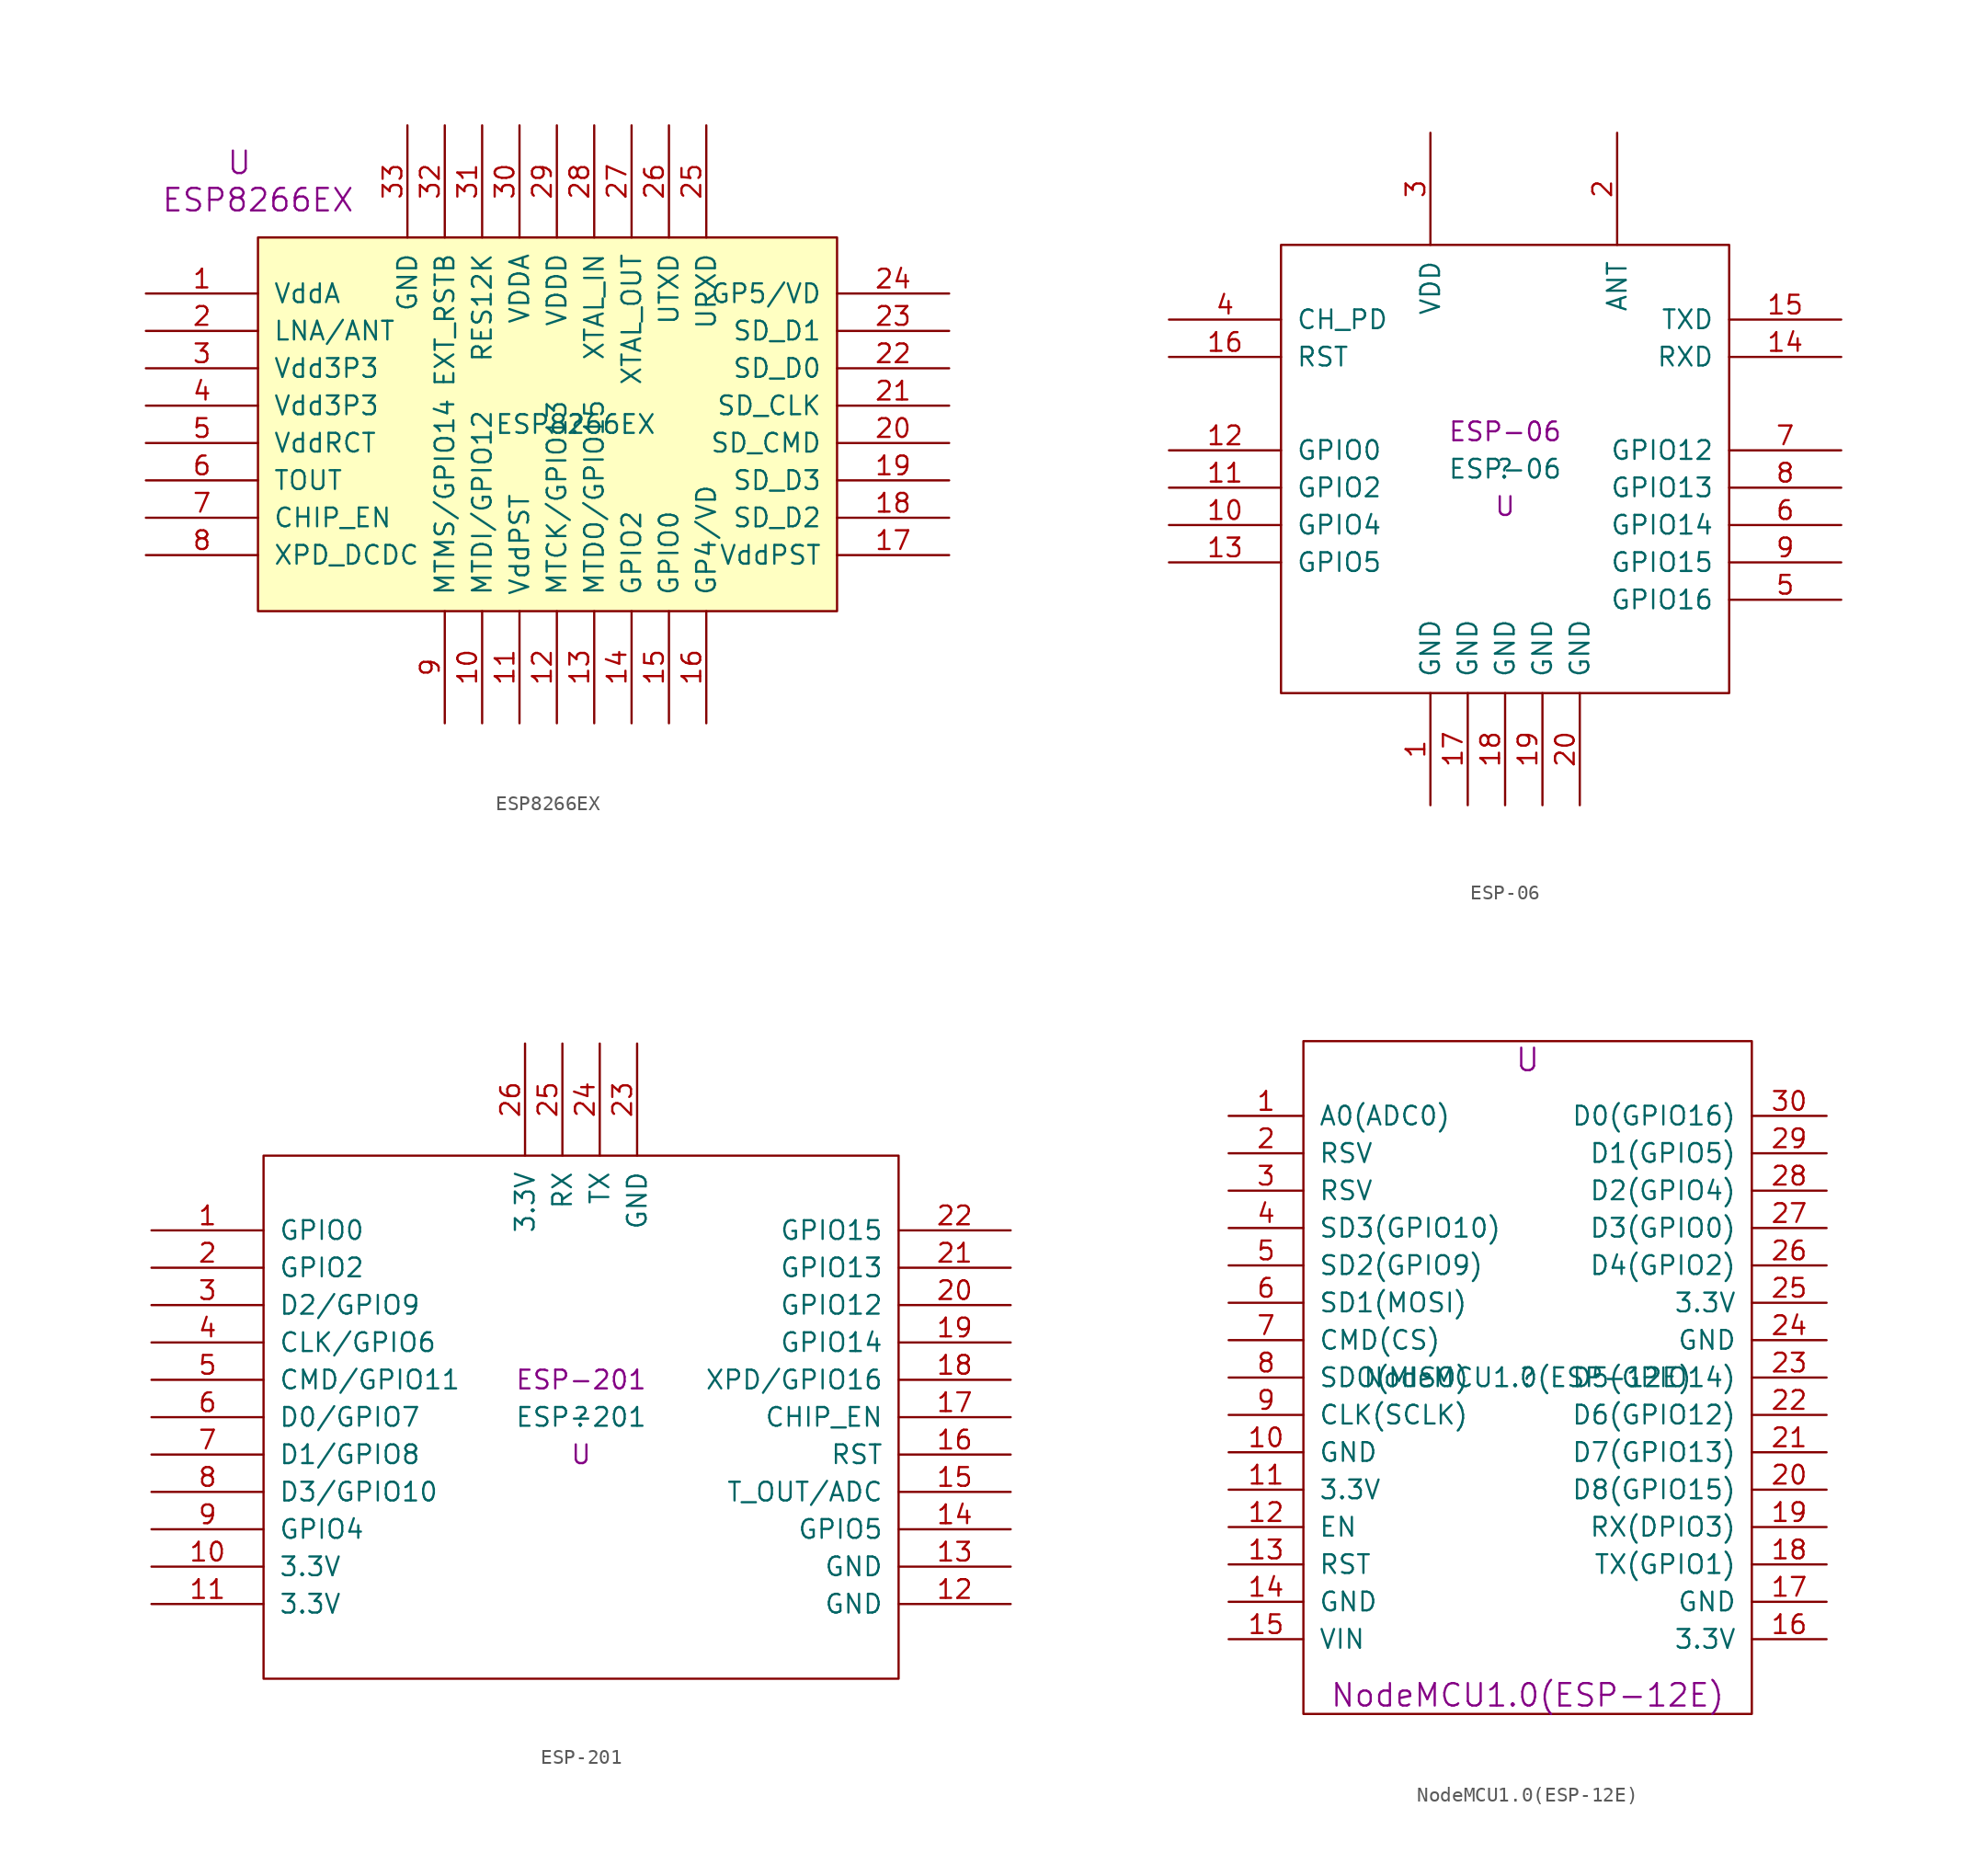
<source format=kicad_sym>
(kicad_symbol_lib
  (version 20211014)
  (generator kicad_symbol_editor)
  (symbol "ESP8266EX"
    (pin_names
      (offset 1.016))
    (property "Reference" ""
      (at 0 0 0)
      (effects (font (size 1.27 1.27))))
    (property "Value" "ESP8266EX"
      (at 0 0 0)
      (effects (font (size 1.27 1.27))))
    (property "Reference_1" "U"
      (at -22.86 17.78 0)
      (effects (font (size 1.524 1.524))))
    (property "Value_1" "ESP8266EX"
      (at -21.59 15.24 0)
      (effects (font (size 1.524 1.524))))
    (property "Footprint_1" ""
      (at -22.86 17.78 0)
      (effects (font (size 1.524 1.524))))
    (property "Datasheet_1" ""
      (at -22.86 17.78 0)
      (effects (font (size 1.524 1.524))))
    (symbol "ESP8266EX_0_1"
      (rectangle (start -21.59 12.7) (end 17.78 -12.7) (stroke (width 0) (type default) (color 0 0 0 0)) (fill (type background))))
    (symbol "ESP8266EX_1_1"
      (pin input line (at -29.21 8.89 0) (length 7.62) (name "VddA" (effects (font (size 1.27 1.27)))) (number "1" (effects (font (size 1.27 1.27)))))
      (pin input line (at -6.35 -20.32 90) (length 7.62) (name "MTDI/GPIO12" (effects (font (size 1.27 1.27)))) (number "10" (effects (font (size 1.27 1.27)))))
      (pin input line (at -3.81 -20.32 90) (length 7.62) (name "VddPST" (effects (font (size 1.27 1.27)))) (number "11" (effects (font (size 1.27 1.27)))))
      (pin input line (at -1.27 -20.32 90) (length 7.62) (name "MTCK/GPIO13" (effects (font (size 1.27 1.27)))) (number "12" (effects (font (size 1.27 1.27)))))
      (pin input line (at 1.27 -20.32 90) (length 7.62) (name "MTDO/GPIO15" (effects (font (size 1.27 1.27)))) (number "13" (effects (font (size 1.27 1.27)))))
      (pin input line (at 3.81 -20.32 90) (length 7.62) (name "GPIO2" (effects (font (size 1.27 1.27)))) (number "14" (effects (font (size 1.27 1.27)))))
      (pin input line (at 6.35 -20.32 90) (length 7.62) (name "GPIO0" (effects (font (size 1.27 1.27)))) (number "15" (effects (font (size 1.27 1.27)))))
      (pin input line (at 8.89 -20.32 90) (length 7.62) (name "GP4/VD" (effects (font (size 1.27 1.27)))) (number "16" (effects (font (size 1.27 1.27)))))
      (pin input line (at 25.4 -8.89 180) (length 7.62) (name "VddPST" (effects (font (size 1.27 1.27)))) (number "17" (effects (font (size 1.27 1.27)))))
      (pin input line (at 25.4 -6.35 180) (length 7.62) (name "SD_D2" (effects (font (size 1.27 1.27)))) (number "18" (effects (font (size 1.27 1.27)))))
      (pin input line (at 25.4 -3.81 180) (length 7.62) (name "SD_D3" (effects (font (size 1.27 1.27)))) (number "19" (effects (font (size 1.27 1.27)))))
      (pin input line (at -29.21 6.35 0) (length 7.62) (name "LNA/ANT" (effects (font (size 1.27 1.27)))) (number "2" (effects (font (size 1.27 1.27)))))
      (pin input line (at 25.4 -1.27 180) (length 7.62) (name "SD_CMD" (effects (font (size 1.27 1.27)))) (number "20" (effects (font (size 1.27 1.27)))))
      (pin input line (at 25.4 1.27 180) (length 7.62) (name "SD_CLK" (effects (font (size 1.27 1.27)))) (number "21" (effects (font (size 1.27 1.27)))))
      (pin input line (at 25.4 3.81 180) (length 7.62) (name "SD_D0" (effects (font (size 1.27 1.27)))) (number "22" (effects (font (size 1.27 1.27)))))
      (pin input line (at 25.4 6.35 180) (length 7.62) (name "SD_D1" (effects (font (size 1.27 1.27)))) (number "23" (effects (font (size 1.27 1.27)))))
      (pin input line (at 25.4 8.89 180) (length 7.62) (name "GP5/VD" (effects (font (size 1.27 1.27)))) (number "24" (effects (font (size 1.27 1.27)))))
      (pin input line (at 8.89 20.32 270) (length 7.62) (name "URXD" (effects (font (size 1.27 1.27)))) (number "25" (effects (font (size 1.27 1.27)))))
      (pin input line (at 6.35 20.32 270) (length 7.62) (name "UTXD" (effects (font (size 1.27 1.27)))) (number "26" (effects (font (size 1.27 1.27)))))
      (pin input line (at 3.81 20.32 270) (length 7.62) (name "XTAL_OUT" (effects (font (size 1.27 1.27)))) (number "27" (effects (font (size 1.27 1.27)))))
      (pin input line (at 1.27 20.32 270) (length 7.62) (name "XTAL_IN" (effects (font (size 1.27 1.27)))) (number "28" (effects (font (size 1.27 1.27)))))
      (pin input line (at -1.27 20.32 270) (length 7.62) (name "VDDD" (effects (font (size 1.27 1.27)))) (number "29" (effects (font (size 1.27 1.27)))))
      (pin input line (at -29.21 3.81 0) (length 7.62) (name "Vdd3P3" (effects (font (size 1.27 1.27)))) (number "3" (effects (font (size 1.27 1.27)))))
      (pin input line (at -3.81 20.32 270) (length 7.62) (name "VDDA" (effects (font (size 1.27 1.27)))) (number "30" (effects (font (size 1.27 1.27)))))
      (pin input line (at -6.35 20.32 270) (length 7.62) (name "RES12K" (effects (font (size 1.27 1.27)))) (number "31" (effects (font (size 1.27 1.27)))))
      (pin input line (at -8.89 20.32 270) (length 7.62) (name "EXT_RSTB" (effects (font (size 1.27 1.27)))) (number "32" (effects (font (size 1.27 1.27)))))
      (pin input line (at -11.43 20.32 270) (length 7.62) (name "GND" (effects (font (size 1.27 1.27)))) (number "33" (effects (font (size 1.27 1.27)))))
      (pin input line (at -29.21 1.27 0) (length 7.62) (name "Vdd3P3" (effects (font (size 1.27 1.27)))) (number "4" (effects (font (size 1.27 1.27)))))
      (pin input line (at -29.21 -1.27 0) (length 7.62) (name "VddRCT" (effects (font (size 1.27 1.27)))) (number "5" (effects (font (size 1.27 1.27)))))
      (pin input line (at -29.21 -3.81 0) (length 7.62) (name "TOUT" (effects (font (size 1.27 1.27)))) (number "6" (effects (font (size 1.27 1.27)))))
      (pin input line (at -29.21 -6.35 0) (length 7.62) (name "CHIP_EN" (effects (font (size 1.27 1.27)))) (number "7" (effects (font (size 1.27 1.27)))))
      (pin input line (at -29.21 -8.89 0) (length 7.62) (name "XPD_DCDC" (effects (font (size 1.27 1.27)))) (number "8" (effects (font (size 1.27 1.27)))))
      (pin input line (at -8.89 -20.32 90) (length 7.62) (name "MTMS/GPIO14" (effects (font (size 1.27 1.27)))) (number "9" (effects (font (size 1.27 1.27)))))))
  (symbol "ESP-06"
    (pin_names
      (offset 1.016))
    (property "Reference" ""
      (at 0 0 0)
      (effects (font (size 1.27 1.27))))
    (property "Value" "ESP-06"
      (at 0 0 0)
      (effects (font (size 1.27 1.27))))
    (property "Reference_1" "U"
      (at 0 -2.54 0)
      (effects (font (size 1.27 1.27))))
    (property "Value_1" "ESP-06"
      (at 0 2.54 0)
      (effects (font (size 1.27 1.27))))
    (symbol "ESP-06_1_0"
      (rectangle (start -15.24 -15.24) (end 15.24 15.24) (stroke (width 0) (type default) (color 0 0 0 0)) (fill (type none))))
    (symbol "ESP-06_1_1"
      (pin power_in line (at -5.08 -22.86 90) (length 7.62) (name "GND" (effects (font (size 1.27 1.27)))) (number "1" (effects (font (size 1.27 1.27)))))
      (pin bidirectional line (at -22.86 -3.81 0) (length 7.62) (name "GPIO4" (effects (font (size 1.27 1.27)))) (number "10" (effects (font (size 1.27 1.27)))))
      (pin bidirectional line (at -22.86 -1.27 0) (length 7.62) (name "GPIO2" (effects (font (size 1.27 1.27)))) (number "11" (effects (font (size 1.27 1.27)))))
      (pin bidirectional line (at -22.86 1.27 0) (length 7.62) (name "GPIO0" (effects (font (size 1.27 1.27)))) (number "12" (effects (font (size 1.27 1.27)))))
      (pin bidirectional line (at -22.86 -6.35 0) (length 7.62) (name "GPIO5" (effects (font (size 1.27 1.27)))) (number "13" (effects (font (size 1.27 1.27)))))
      (pin input line (at 22.86 7.62 180) (length 7.62) (name "RXD" (effects (font (size 1.27 1.27)))) (number "14" (effects (font (size 1.27 1.27)))))
      (pin output line (at 22.86 10.16 180) (length 7.62) (name "TXD" (effects (font (size 1.27 1.27)))) (number "15" (effects (font (size 1.27 1.27)))))
      (pin input line (at -22.86 7.62 0) (length 7.62) (name "RST" (effects (font (size 1.27 1.27)))) (number "16" (effects (font (size 1.27 1.27)))))
      (pin power_in line (at -2.54 -22.86 90) (length 7.62) (name "GND" (effects (font (size 1.27 1.27)))) (number "17" (effects (font (size 1.27 1.27)))))
      (pin power_in line (at 0 -22.86 90) (length 7.62) (name "GND" (effects (font (size 1.27 1.27)))) (number "18" (effects (font (size 1.27 1.27)))))
      (pin power_in line (at 2.54 -22.86 90) (length 7.62) (name "GND" (effects (font (size 1.27 1.27)))) (number "19" (effects (font (size 1.27 1.27)))))
      (pin unspecified line (at 7.62 22.86 270) (length 7.62) (name "ANT" (effects (font (size 1.27 1.27)))) (number "2" (effects (font (size 1.27 1.27)))))
      (pin power_in line (at 5.08 -22.86 90) (length 7.62) (name "GND" (effects (font (size 1.27 1.27)))) (number "20" (effects (font (size 1.27 1.27)))))
      (pin power_in line (at -5.08 22.86 270) (length 7.62) (name "VDD" (effects (font (size 1.27 1.27)))) (number "3" (effects (font (size 1.27 1.27)))))
      (pin input line (at -22.86 10.16 0) (length 7.62) (name "CH_PD" (effects (font (size 1.27 1.27)))) (number "4" (effects (font (size 1.27 1.27)))))
      (pin bidirectional line (at 22.86 -8.89 180) (length 7.62) (name "GPIO16" (effects (font (size 1.27 1.27)))) (number "5" (effects (font (size 1.27 1.27)))))
      (pin bidirectional line (at 22.86 -3.81 180) (length 7.62) (name "GPIO14" (effects (font (size 1.27 1.27)))) (number "6" (effects (font (size 1.27 1.27)))))
      (pin bidirectional line (at 22.86 1.27 180) (length 7.62) (name "GPIO12" (effects (font (size 1.27 1.27)))) (number "7" (effects (font (size 1.27 1.27)))))
      (pin bidirectional line (at 22.86 -1.27 180) (length 7.62) (name "GPIO13" (effects (font (size 1.27 1.27)))) (number "8" (effects (font (size 1.27 1.27)))))
      (pin bidirectional line (at 22.86 -6.35 180) (length 7.62) (name "GPIO15" (effects (font (size 1.27 1.27)))) (number "9" (effects (font (size 1.27 1.27)))))))
  (symbol "ESP-201"
    (pin_names
      (offset 1.016))
    (property "Reference" ""
      (at 0 0 0)
      (effects (font (size 1.27 1.27))))
    (property "Value" "ESP-201"
      (at 0 0 0)
      (effects (font (size 1.27 1.27))))
    (property "Reference_1" "U"
      (at 0 -2.54 0)
      (effects (font (size 1.27 1.27))))
    (property "Value_1" "ESP-201"
      (at 0 2.54 0)
      (effects (font (size 1.27 1.27))))
    (symbol "ESP-201_1_0"
      (rectangle (start -21.59 -17.78) (end 21.59 17.78) (stroke (width 0) (type default) (color 0 0 0 0)) (fill (type none))))
    (symbol "ESP-201_1_1"
      (pin bidirectional line (at -29.21 12.7 0) (length 7.62) (name "GPIO0" (effects (font (size 1.27 1.27)))) (number "1" (effects (font (size 1.27 1.27)))))
      (pin power_in line (at -29.21 -10.16 0) (length 7.62) (name "3.3V" (effects (font (size 1.27 1.27)))) (number "10" (effects (font (size 1.27 1.27)))))
      (pin power_in line (at -29.21 -12.7 0) (length 7.62) (name "3.3V" (effects (font (size 1.27 1.27)))) (number "11" (effects (font (size 1.27 1.27)))))
      (pin power_in line (at 29.21 -12.7 180) (length 7.62) (name "GND" (effects (font (size 1.27 1.27)))) (number "12" (effects (font (size 1.27 1.27)))))
      (pin power_in line (at 29.21 -10.16 180) (length 7.62) (name "GND" (effects (font (size 1.27 1.27)))) (number "13" (effects (font (size 1.27 1.27)))))
      (pin bidirectional line (at 29.21 -7.62 180) (length 7.62) (name "GPIO5" (effects (font (size 1.27 1.27)))) (number "14" (effects (font (size 1.27 1.27)))))
      (pin bidirectional line (at 29.21 -5.08 180) (length 7.62) (name "T_OUT/ADC" (effects (font (size 1.27 1.27)))) (number "15" (effects (font (size 1.27 1.27)))))
      (pin input line (at 29.21 -2.54 180) (length 7.62) (name "RST" (effects (font (size 1.27 1.27)))) (number "16" (effects (font (size 1.27 1.27)))))
      (pin input line (at 29.21 0 180) (length 7.62) (name "CHIP_EN" (effects (font (size 1.27 1.27)))) (number "17" (effects (font (size 1.27 1.27)))))
      (pin bidirectional line (at 29.21 2.54 180) (length 7.62) (name "XPD/GPIO16" (effects (font (size 1.27 1.27)))) (number "18" (effects (font (size 1.27 1.27)))))
      (pin bidirectional line (at 29.21 5.08 180) (length 7.62) (name "GPIO14" (effects (font (size 1.27 1.27)))) (number "19" (effects (font (size 1.27 1.27)))))
      (pin bidirectional line (at -29.21 10.16 0) (length 7.62) (name "GPIO2" (effects (font (size 1.27 1.27)))) (number "2" (effects (font (size 1.27 1.27)))))
      (pin bidirectional line (at 29.21 7.62 180) (length 7.62) (name "GPIO12" (effects (font (size 1.27 1.27)))) (number "20" (effects (font (size 1.27 1.27)))))
      (pin bidirectional line (at 29.21 10.16 180) (length 7.62) (name "GPIO13" (effects (font (size 1.27 1.27)))) (number "21" (effects (font (size 1.27 1.27)))))
      (pin bidirectional line (at 29.21 12.7 180) (length 7.62) (name "GPIO15" (effects (font (size 1.27 1.27)))) (number "22" (effects (font (size 1.27 1.27)))))
      (pin power_in line (at 3.81 25.4 270) (length 7.62) (name "GND" (effects (font (size 1.27 1.27)))) (number "23" (effects (font (size 1.27 1.27)))))
      (pin output line (at 1.27 25.4 270) (length 7.62) (name "TX" (effects (font (size 1.27 1.27)))) (number "24" (effects (font (size 1.27 1.27)))))
      (pin input line (at -1.27 25.4 270) (length 7.62) (name "RX" (effects (font (size 1.27 1.27)))) (number "25" (effects (font (size 1.27 1.27)))))
      (pin power_in line (at -3.81 25.4 270) (length 7.62) (name "3.3V" (effects (font (size 1.27 1.27)))) (number "26" (effects (font (size 1.27 1.27)))))
      (pin output line (at -29.21 7.62 0) (length 7.62) (name "D2/GPIO9" (effects (font (size 1.27 1.27)))) (number "3" (effects (font (size 1.27 1.27)))))
      (pin output line (at -29.21 5.08 0) (length 7.62) (name "CLK/GPIO6" (effects (font (size 1.27 1.27)))) (number "4" (effects (font (size 1.27 1.27)))))
      (pin output line (at -29.21 2.54 0) (length 7.62) (name "CMD/GPIO11" (effects (font (size 1.27 1.27)))) (number "5" (effects (font (size 1.27 1.27)))))
      (pin output line (at -29.21 0 0) (length 7.62) (name "D0/GPIO7" (effects (font (size 1.27 1.27)))) (number "6" (effects (font (size 1.27 1.27)))))
      (pin output line (at -29.21 -2.54 0) (length 7.62) (name "D1/GPIO8" (effects (font (size 1.27 1.27)))) (number "7" (effects (font (size 1.27 1.27)))))
      (pin output line (at -29.21 -5.08 0) (length 7.62) (name "D3/GPIO10" (effects (font (size 1.27 1.27)))) (number "8" (effects (font (size 1.27 1.27)))))
      (pin bidirectional line (at -29.21 -7.62 0) (length 7.62) (name "GPIO4" (effects (font (size 1.27 1.27)))) (number "9" (effects (font (size 1.27 1.27)))))))
  (symbol "NodeMCU1.0(ESP-12E)"
    (pin_names
      (offset 1.016))
    (property "Reference" ""
      (at 0 0 0)
      (effects (font (size 1.27 1.27))))
    (property "Value" "NodeMCU1.0(ESP-12E)"
      (at 0 0 0)
      (effects (font (size 1.27 1.27))))
    (property "Reference_1" "U"
      (at 0 21.59 0)
      (effects (font (size 1.524 1.524))))
    (property "Value_1" "NodeMCU1.0(ESP-12E)"
      (at 0 -21.59 0)
      (effects (font (size 1.524 1.524))))
    (property "Footprint_1" ""
      (at -15.24 -21.59 0)
      (effects (font (size 1.524 1.524))))
    (property "Datasheet_1" ""
      (at -15.24 -21.59 0)
      (effects (font (size 1.524 1.524))))
    (symbol "NodeMCU1.0(ESP-12E)_0_1"
      (rectangle (start -15.24 -22.86) (end 15.24 22.86) (stroke (width 0) (type default) (color 0 0 0 0)) (fill (type none))))
    (symbol "NodeMCU1.0(ESP-12E)_1_1"
      (pin input line (at -20.32 17.78 0) (length 5.08) (name "A0(ADC0)" (effects (font (size 1.27 1.27)))) (number "1" (effects (font (size 1.27 1.27)))))
      (pin input line (at -20.32 -5.08 0) (length 5.08) (name "GND" (effects (font (size 1.27 1.27)))) (number "10" (effects (font (size 1.27 1.27)))))
      (pin input line (at -20.32 -7.62 0) (length 5.08) (name "3.3V" (effects (font (size 1.27 1.27)))) (number "11" (effects (font (size 1.27 1.27)))))
      (pin input line (at -20.32 -10.16 0) (length 5.08) (name "EN" (effects (font (size 1.27 1.27)))) (number "12" (effects (font (size 1.27 1.27)))))
      (pin input line (at -20.32 -12.7 0) (length 5.08) (name "RST" (effects (font (size 1.27 1.27)))) (number "13" (effects (font (size 1.27 1.27)))))
      (pin input line (at -20.32 -15.24 0) (length 5.08) (name "GND" (effects (font (size 1.27 1.27)))) (number "14" (effects (font (size 1.27 1.27)))))
      (pin input line (at -20.32 -17.78 0) (length 5.08) (name "VIN" (effects (font (size 1.27 1.27)))) (number "15" (effects (font (size 1.27 1.27)))))
      (pin input line (at 20.32 -17.78 180) (length 5.08) (name "3.3V" (effects (font (size 1.27 1.27)))) (number "16" (effects (font (size 1.27 1.27)))))
      (pin input line (at 20.32 -15.24 180) (length 5.08) (name "GND" (effects (font (size 1.27 1.27)))) (number "17" (effects (font (size 1.27 1.27)))))
      (pin input line (at 20.32 -12.7 180) (length 5.08) (name "TX(GPIO1)" (effects (font (size 1.27 1.27)))) (number "18" (effects (font (size 1.27 1.27)))))
      (pin input line (at 20.32 -10.16 180) (length 5.08) (name "RX(DPIO3)" (effects (font (size 1.27 1.27)))) (number "19" (effects (font (size 1.27 1.27)))))
      (pin input line (at -20.32 15.24 0) (length 5.08) (name "RSV" (effects (font (size 1.27 1.27)))) (number "2" (effects (font (size 1.27 1.27)))))
      (pin input line (at 20.32 -7.62 180) (length 5.08) (name "D8(GPIO15)" (effects (font (size 1.27 1.27)))) (number "20" (effects (font (size 1.27 1.27)))))
      (pin input line (at 20.32 -5.08 180) (length 5.08) (name "D7(GPIO13)" (effects (font (size 1.27 1.27)))) (number "21" (effects (font (size 1.27 1.27)))))
      (pin input line (at 20.32 -2.54 180) (length 5.08) (name "D6(GPIO12)" (effects (font (size 1.27 1.27)))) (number "22" (effects (font (size 1.27 1.27)))))
      (pin input line (at 20.32 0 180) (length 5.08) (name "D5(GPIO14)" (effects (font (size 1.27 1.27)))) (number "23" (effects (font (size 1.27 1.27)))))
      (pin input line (at 20.32 2.54 180) (length 5.08) (name "GND" (effects (font (size 1.27 1.27)))) (number "24" (effects (font (size 1.27 1.27)))))
      (pin input line (at 20.32 5.08 180) (length 5.08) (name "3.3V" (effects (font (size 1.27 1.27)))) (number "25" (effects (font (size 1.27 1.27)))))
      (pin input line (at 20.32 7.62 180) (length 5.08) (name "D4(GPIO2)" (effects (font (size 1.27 1.27)))) (number "26" (effects (font (size 1.27 1.27)))))
      (pin input line (at 20.32 10.16 180) (length 5.08) (name "D3(GPIO0)" (effects (font (size 1.27 1.27)))) (number "27" (effects (font (size 1.27 1.27)))))
      (pin input line (at 20.32 12.7 180) (length 5.08) (name "D2(GPIO4)" (effects (font (size 1.27 1.27)))) (number "28" (effects (font (size 1.27 1.27)))))
      (pin input line (at 20.32 15.24 180) (length 5.08) (name "D1(GPIO5)" (effects (font (size 1.27 1.27)))) (number "29" (effects (font (size 1.27 1.27)))))
      (pin input line (at -20.32 12.7 0) (length 5.08) (name "RSV" (effects (font (size 1.27 1.27)))) (number "3" (effects (font (size 1.27 1.27)))))
      (pin input line (at 20.32 17.78 180) (length 5.08) (name "D0(GPIO16)" (effects (font (size 1.27 1.27)))) (number "30" (effects (font (size 1.27 1.27)))))
      (pin input line (at -20.32 10.16 0) (length 5.08) (name "SD3(GPIO10)" (effects (font (size 1.27 1.27)))) (number "4" (effects (font (size 1.27 1.27)))))
      (pin input line (at -20.32 7.62 0) (length 5.08) (name "SD2(GPIO9)" (effects (font (size 1.27 1.27)))) (number "5" (effects (font (size 1.27 1.27)))))
      (pin input line (at -20.32 5.08 0) (length 5.08) (name "SD1(MOSI)" (effects (font (size 1.27 1.27)))) (number "6" (effects (font (size 1.27 1.27)))))
      (pin input line (at -20.32 2.54 0) (length 5.08) (name "CMD(CS)" (effects (font (size 1.27 1.27)))) (number "7" (effects (font (size 1.27 1.27)))))
      (pin input line (at -20.32 0 0) (length 5.08) (name "SDO(MISO)" (effects (font (size 1.27 1.27)))) (number "8" (effects (font (size 1.27 1.27)))))
      (pin input line (at -20.32 -2.54 0) (length 5.08) (name "CLK(SCLK)" (effects (font (size 1.27 1.27)))) (number "9" (effects (font (size 1.27 1.27))))))))
</source>
